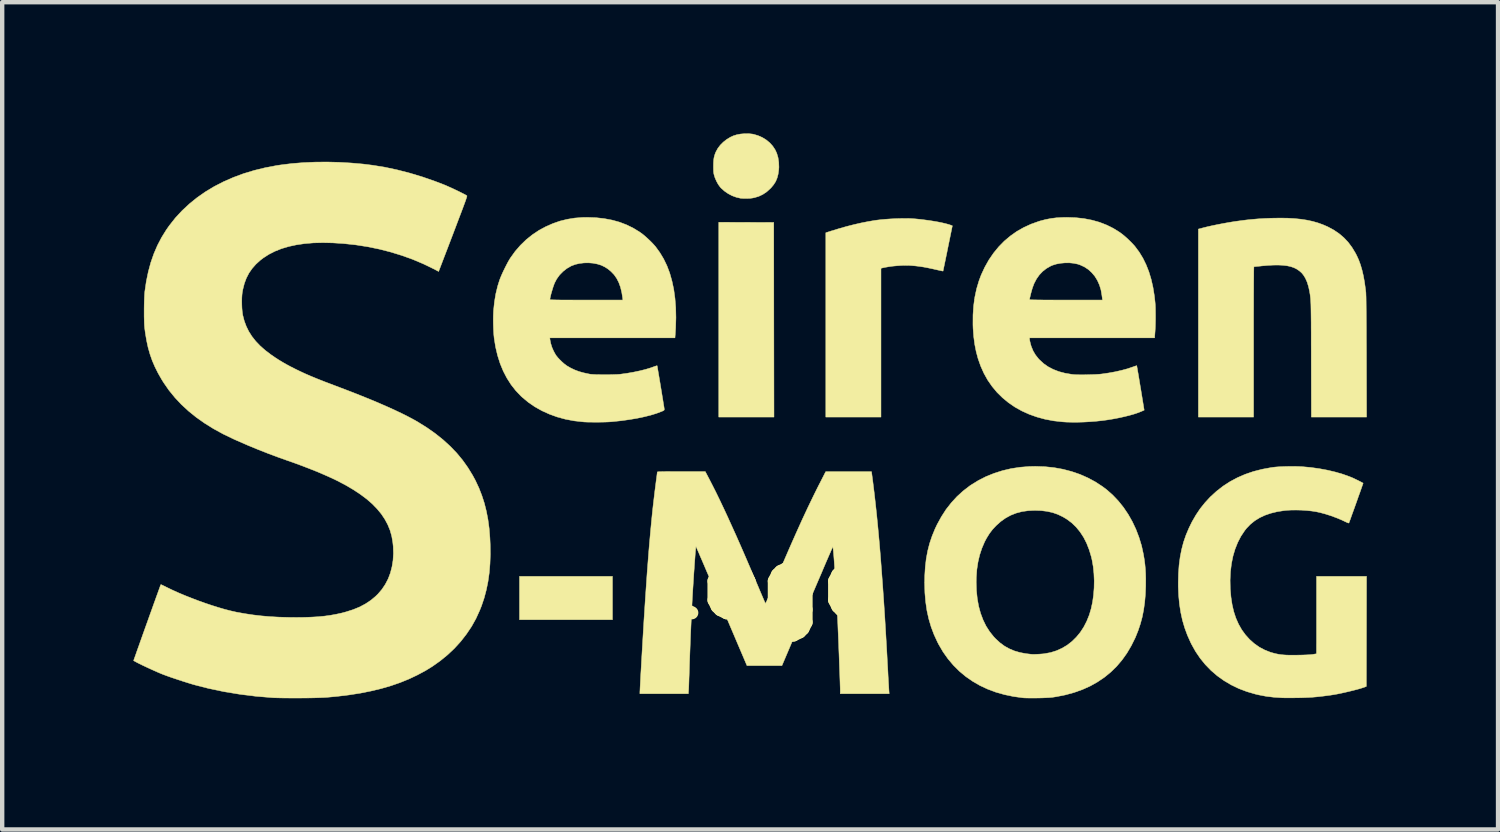
<source format=kicad_pcb>
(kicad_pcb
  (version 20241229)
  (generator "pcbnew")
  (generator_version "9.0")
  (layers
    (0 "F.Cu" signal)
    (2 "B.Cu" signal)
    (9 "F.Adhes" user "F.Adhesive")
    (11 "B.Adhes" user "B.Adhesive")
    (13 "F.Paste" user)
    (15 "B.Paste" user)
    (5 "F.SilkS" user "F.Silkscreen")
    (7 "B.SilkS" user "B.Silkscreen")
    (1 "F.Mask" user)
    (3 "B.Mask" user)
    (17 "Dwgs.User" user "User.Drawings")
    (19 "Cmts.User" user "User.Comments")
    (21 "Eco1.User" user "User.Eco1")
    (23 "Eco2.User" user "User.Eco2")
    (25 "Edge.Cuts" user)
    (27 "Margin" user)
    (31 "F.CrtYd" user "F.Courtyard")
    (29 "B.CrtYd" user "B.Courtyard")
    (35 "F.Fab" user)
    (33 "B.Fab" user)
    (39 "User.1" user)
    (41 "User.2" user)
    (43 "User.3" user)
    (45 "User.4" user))
  (footprint "logo"
    (layer "F.Cu")
    (at 14.651 10.269)
    (property "Reference" "logo" (at 0 0 0) (layer "F.SilkS") (effects (font (size 1.524 1.524) (thickness 0.3))))
    (attr through_hole)
    (fp_poly (pts (xy -3.7 0.847) (xy -5.825 0.847) (xy -5.825 -0.144) (xy -3.7 -0.144) (xy -3.7 0.847)) (stroke (width 0.01) (type solid)) (fill yes) (layer "F.SilkS"))
    (fp_poly (pts (xy -0.013 -8.234) (xy -0.011 -6.009) (xy -0.008 -3.785) (xy -1.27 -3.785) (xy -1.27 -8.238) (xy -0.013 -8.234)) (stroke (width 0.01) (type solid)) (fill yes) (layer "F.SilkS"))
    (fp_poly (pts (xy 3.091 -8.324) (xy 3.136 -8.322) (xy 3.233 -8.315) (xy 3.334 -8.305) (xy 3.438 -8.292) (xy 3.543 -8.278) (xy 3.645 -8.262) (xy 3.742 -8.245) (xy 3.831 -8.227) (xy 3.911 -8.208) (xy 3.979 -8.19) (xy 4.031 -8.173) (xy 4.07 -8.158) (xy 3.964 -7.641) (xy 3.946 -7.55) (xy 3.928 -7.464) (xy 3.912 -7.385) (xy 3.897 -7.313) (xy 3.884 -7.251) (xy 3.873 -7.199) (xy 3.865 -7.16) (xy 3.859 -7.133) (xy 3.857 -7.122) (xy 3.857 -7.122) (xy 3.848 -7.123) (xy 3.826 -7.127) (xy 3.794 -7.134) (xy 3.754 -7.143) (xy 3.744 -7.145) (xy 3.621 -7.173) (xy 3.512 -7.196) (xy 3.412 -7.215) (xy 3.318 -7.229) (xy 3.229 -7.24) (xy 3.139 -7.248) (xy 3.078 -7.252) (xy 2.997 -7.253) (xy 2.906 -7.251) (xy 2.808 -7.244) (xy 2.709 -7.235) (xy 2.615 -7.222) (xy 2.529 -7.207) (xy 2.496 -7.2) (xy 2.438 -7.186) (xy 2.438 -3.785) (xy 1.177 -3.785) (xy 1.177 -7.999) (xy 1.298 -8.038) (xy 1.473 -8.091) (xy 1.648 -8.141) (xy 1.82 -8.185) (xy 1.987 -8.223) (xy 2.144 -8.254) (xy 2.291 -8.279) (xy 2.331 -8.285) (xy 2.432 -8.297) (xy 2.542 -8.307) (xy 2.657 -8.315) (xy 2.774 -8.321) (xy 2.888 -8.324) (xy 2.994 -8.325) (xy 3.091 -8.324)) (stroke (width 0.01) (type solid)) (fill yes) (layer "F.SilkS"))
    (fp_poly (pts (xy -0.504 -10.255) (xy -0.476 -10.25) (xy -0.372 -10.219) (xy -0.274 -10.176) (xy -0.185 -10.121) (xy -0.105 -10.055) (xy -0.037 -9.98) (xy 0.018 -9.897) (xy 0.055 -9.818) (xy 0.085 -9.717) (xy 0.101 -9.609) (xy 0.105 -9.497) (xy 0.101 -9.437) (xy 0.087 -9.337) (xy 0.064 -9.25) (xy 0.031 -9.171) (xy -0.015 -9.098) (xy -0.073 -9.028) (xy -0.093 -9.008) (xy -0.176 -8.933) (xy -0.263 -8.875) (xy -0.355 -8.831) (xy -0.455 -8.801) (xy -0.495 -8.793) (xy -0.555 -8.785) (xy -0.623 -8.782) (xy -0.692 -8.782) (xy -0.755 -8.786) (xy -0.776 -8.788) (xy -0.87 -8.81) (xy -0.965 -8.845) (xy -1.056 -8.893) (xy -1.14 -8.951) (xy -1.213 -9.016) (xy -1.238 -9.043) (xy -1.283 -9.105) (xy -1.323 -9.178) (xy -1.357 -9.257) (xy -1.368 -9.292) (xy -1.377 -9.322) (xy -1.383 -9.347) (xy -1.387 -9.373) (xy -1.39 -9.403) (xy -1.391 -9.441) (xy -1.392 -9.49) (xy -1.392 -9.517) (xy -1.391 -9.592) (xy -1.387 -9.655) (xy -1.38 -9.709) (xy -1.368 -9.759) (xy -1.352 -9.808) (xy -1.335 -9.848) (xy -1.292 -9.927) (xy -1.234 -10.003) (xy -1.165 -10.072) (xy -1.086 -10.134) (xy -1.001 -10.185) (xy -0.94 -10.213) (xy -0.862 -10.238) (xy -0.774 -10.255) (xy -0.681 -10.263) (xy -0.589 -10.264) (xy -0.504 -10.255)) (stroke (width 0.01) (type solid)) (fill yes) (layer "F.SilkS"))
    (fp_poly (pts (xy 11.727 -8.332) (xy 11.887 -8.323) (xy 12.036 -8.308) (xy 12.174 -8.287) (xy 12.304 -8.259) (xy 12.427 -8.224) (xy 12.543 -8.182) (xy 12.649 -8.136) (xy 12.785 -8.063) (xy 12.908 -7.98) (xy 13.019 -7.886) (xy 13.118 -7.781) (xy 13.206 -7.663) (xy 13.285 -7.532) (xy 13.312 -7.48) (xy 13.359 -7.377) (xy 13.4 -7.265) (xy 13.435 -7.145) (xy 13.466 -7.013) (xy 13.492 -6.869) (xy 13.514 -6.71) (xy 13.523 -6.634) (xy 13.524 -6.613) (xy 13.525 -6.579) (xy 13.527 -6.532) (xy 13.528 -6.472) (xy 13.529 -6.397) (xy 13.53 -6.309) (xy 13.531 -6.206) (xy 13.532 -6.088) (xy 13.533 -5.955) (xy 13.534 -5.806) (xy 13.534 -5.642) (xy 13.535 -5.461) (xy 13.536 -5.264) (xy 13.536 -5.163) (xy 13.539 -3.785) (xy 12.277 -3.785) (xy 12.274 -5.103) (xy 12.274 -5.28) (xy 12.273 -5.44) (xy 12.273 -5.585) (xy 12.273 -5.716) (xy 12.272 -5.834) (xy 12.272 -5.939) (xy 12.271 -6.032) (xy 12.27 -6.115) (xy 12.269 -6.188) (xy 12.268 -6.252) (xy 12.267 -6.308) (xy 12.266 -6.357) (xy 12.264 -6.4) (xy 12.262 -6.437) (xy 12.26 -6.47) (xy 12.258 -6.499) (xy 12.255 -6.525) (xy 12.252 -6.55) (xy 12.249 -6.574) (xy 12.246 -6.598) (xy 12.241 -6.622) (xy 12.238 -6.646) (xy 12.213 -6.763) (xy 12.181 -6.867) (xy 12.141 -6.958) (xy 12.094 -7.034) (xy 12.05 -7.086) (xy 11.997 -7.131) (xy 11.939 -7.17) (xy 11.874 -7.202) (xy 11.801 -7.226) (xy 11.719 -7.244) (xy 11.627 -7.255) (xy 11.523 -7.26) (xy 11.406 -7.259) (xy 11.276 -7.252) (xy 11.131 -7.239) (xy 11.127 -7.238) (xy 11.077 -7.233) (xy 11.033 -7.229) (xy 10.998 -7.225) (xy 10.974 -7.223) (xy 10.964 -7.222) (xy 10.963 -7.214) (xy 10.962 -7.189) (xy 10.961 -7.148) (xy 10.96 -7.092) (xy 10.96 -7.02) (xy 10.959 -6.935) (xy 10.958 -6.835) (xy 10.958 -6.722) (xy 10.957 -6.595) (xy 10.957 -6.456) (xy 10.957 -6.305) (xy 10.956 -6.142) (xy 10.956 -5.969) (xy 10.956 -5.784) (xy 10.956 -5.59) (xy 10.956 -5.503) (xy 10.956 -3.785) (xy 9.694 -3.785) (xy 9.694 -8.083) (xy 9.794 -8.109) (xy 9.897 -8.135) (xy 10.014 -8.161) (xy 10.14 -8.187) (xy 10.271 -8.212) (xy 10.405 -8.236) (xy 10.536 -8.257) (xy 10.662 -8.274) (xy 10.668 -8.275) (xy 10.803 -8.292) (xy 10.932 -8.305) (xy 11.06 -8.316) (xy 11.193 -8.324) (xy 11.337 -8.33) (xy 11.365 -8.331) (xy 11.553 -8.334) (xy 11.727 -8.332)) (stroke (width 0.01) (type solid)) (fill yes) (layer "F.SilkS"))
    (fp_poly (pts (xy 6.182 -2.651) (xy 6.394 -2.629) (xy 6.599 -2.592) (xy 6.797 -2.54) (xy 6.987 -2.475) (xy 7.168 -2.395) (xy 7.341 -2.302) (xy 7.504 -2.195) (xy 7.603 -2.12) (xy 7.739 -1.999) (xy 7.866 -1.865) (xy 7.983 -1.719) (xy 8.089 -1.562) (xy 8.184 -1.394) (xy 8.267 -1.218) (xy 8.337 -1.034) (xy 8.395 -0.844) (xy 8.438 -0.647) (xy 8.458 -0.527) (xy 8.472 -0.418) (xy 8.482 -0.313) (xy 8.488 -0.206) (xy 8.491 -0.094) (xy 8.49 0.029) (xy 8.49 0.08) (xy 8.482 0.274) (xy 8.466 0.455) (xy 8.442 0.625) (xy 8.41 0.787) (xy 8.368 0.943) (xy 8.317 1.095) (xy 8.256 1.247) (xy 8.251 1.259) (xy 8.161 1.441) (xy 8.061 1.611) (xy 7.949 1.768) (xy 7.826 1.913) (xy 7.692 2.044) (xy 7.547 2.163) (xy 7.39 2.269) (xy 7.223 2.363) (xy 7.045 2.443) (xy 6.855 2.511) (xy 6.655 2.566) (xy 6.443 2.608) (xy 6.358 2.621) (xy 6.318 2.625) (xy 6.264 2.629) (xy 6.2 2.632) (xy 6.128 2.635) (xy 6.051 2.637) (xy 5.974 2.638) (xy 5.898 2.638) (xy 5.827 2.638) (xy 5.765 2.637) (xy 5.714 2.635) (xy 5.685 2.633) (xy 5.468 2.603) (xy 5.261 2.56) (xy 5.063 2.504) (xy 4.876 2.434) (xy 4.698 2.351) (xy 4.531 2.254) (xy 4.374 2.145) (xy 4.228 2.023) (xy 4.093 1.888) (xy 3.969 1.741) (xy 3.856 1.581) (xy 3.755 1.408) (xy 3.73 1.359) (xy 3.651 1.188) (xy 3.585 1.013) (xy 3.531 0.83) (xy 3.489 0.641) (xy 3.46 0.442) (xy 3.442 0.234) (xy 3.436 0.015) (xy 3.436 -0.007) (xy 4.615 -0.007) (xy 4.621 0.185) (xy 4.64 0.368) (xy 4.671 0.54) (xy 4.715 0.701) (xy 4.772 0.852) (xy 4.84 0.992) (xy 4.922 1.12) (xy 5.015 1.237) (xy 5.063 1.287) (xy 5.159 1.375) (xy 5.261 1.45) (xy 5.37 1.511) (xy 5.486 1.56) (xy 5.612 1.597) (xy 5.749 1.623) (xy 5.876 1.638) (xy 5.91 1.639) (xy 5.957 1.639) (xy 6.011 1.637) (xy 6.067 1.634) (xy 6.12 1.63) (xy 6.166 1.626) (xy 6.176 1.624) (xy 6.317 1.598) (xy 6.451 1.556) (xy 6.577 1.499) (xy 6.695 1.429) (xy 6.804 1.344) (xy 6.903 1.247) (xy 6.994 1.137) (xy 7.073 1.016) (xy 7.142 0.882) (xy 7.2 0.738) (xy 7.243 0.593) (xy 7.275 0.444) (xy 7.297 0.286) (xy 7.31 0.122) (xy 7.313 -0.043) (xy 7.306 -0.206) (xy 7.29 -0.365) (xy 7.264 -0.514) (xy 7.247 -0.588) (xy 7.198 -0.751) (xy 7.139 -0.901) (xy 7.07 -1.037) (xy 6.99 -1.159) (xy 6.9 -1.269) (xy 6.8 -1.366) (xy 6.689 -1.449) (xy 6.596 -1.505) (xy 6.481 -1.56) (xy 6.361 -1.602) (xy 6.233 -1.63) (xy 6.097 -1.647) (xy 5.956 -1.652) (xy 5.805 -1.645) (xy 5.663 -1.625) (xy 5.53 -1.59) (xy 5.405 -1.541) (xy 5.287 -1.477) (xy 5.176 -1.398) (xy 5.071 -1.304) (xy 5.067 -1.3) (xy 4.986 -1.213) (xy 4.917 -1.122) (xy 4.855 -1.022) (xy 4.809 -0.936) (xy 4.745 -0.787) (xy 4.694 -0.633) (xy 4.656 -0.471) (xy 4.63 -0.3) (xy 4.617 -0.119) (xy 4.615 -0.007) (xy 3.436 -0.007) (xy 3.439 -0.161) (xy 3.451 -0.36) (xy 3.473 -0.547) (xy 3.506 -0.725) (xy 3.55 -0.896) (xy 3.606 -1.063) (xy 3.674 -1.229) (xy 3.721 -1.328) (xy 3.819 -1.507) (xy 3.926 -1.673) (xy 4.045 -1.825) (xy 4.174 -1.966) (xy 4.315 -2.095) (xy 4.467 -2.212) (xy 4.5 -2.234) (xy 4.665 -2.336) (xy 4.84 -2.425) (xy 5.024 -2.499) (xy 5.215 -2.56) (xy 5.414 -2.607) (xy 5.618 -2.638) (xy 5.828 -2.655) (xy 5.964 -2.658) (xy 6.182 -2.651)) (stroke (width 0.01) (type solid)) (fill yes) (layer "F.SilkS"))
    (fp_poly (pts (xy 6.889 -8.343) (xy 7.08 -8.322) (xy 7.26 -8.287) (xy 7.432 -8.239) (xy 7.594 -8.176) (xy 7.748 -8.1) (xy 7.893 -8.01) (xy 7.946 -7.971) (xy 7.99 -7.936) (xy 8.042 -7.891) (xy 8.096 -7.841) (xy 8.15 -7.788) (xy 8.198 -7.738) (xy 8.239 -7.693) (xy 8.246 -7.684) (xy 8.342 -7.555) (xy 8.426 -7.417) (xy 8.499 -7.268) (xy 8.562 -7.108) (xy 8.614 -6.936) (xy 8.656 -6.753) (xy 8.688 -6.556) (xy 8.704 -6.409) (xy 8.709 -6.351) (xy 8.712 -6.28) (xy 8.713 -6.199) (xy 8.714 -6.112) (xy 8.714 -6.023) (xy 8.712 -5.934) (xy 8.71 -5.851) (xy 8.706 -5.775) (xy 8.704 -5.743) (xy 8.693 -5.596) (xy 5.834 -5.596) (xy 5.834 -5.577) (xy 5.836 -5.552) (xy 5.843 -5.515) (xy 5.853 -5.472) (xy 5.865 -5.428) (xy 5.876 -5.393) (xy 5.917 -5.295) (xy 5.971 -5.204) (xy 6.039 -5.118) (xy 6.062 -5.094) (xy 6.154 -5.009) (xy 6.258 -4.936) (xy 6.375 -4.875) (xy 6.504 -4.825) (xy 6.644 -4.788) (xy 6.796 -4.762) (xy 6.836 -4.757) (xy 6.879 -4.754) (xy 6.935 -4.752) (xy 7.002 -4.751) (xy 7.076 -4.751) (xy 7.154 -4.753) (xy 7.232 -4.755) (xy 7.308 -4.757) (xy 7.378 -4.761) (xy 7.438 -4.765) (xy 7.485 -4.77) (xy 7.644 -4.793) (xy 7.798 -4.821) (xy 7.942 -4.854) (xy 8.075 -4.89) (xy 8.193 -4.93) (xy 8.202 -4.933) (xy 8.236 -4.945) (xy 8.263 -4.954) (xy 8.28 -4.959) (xy 8.285 -4.96) (xy 8.287 -4.951) (xy 8.291 -4.927) (xy 8.298 -4.89) (xy 8.306 -4.84) (xy 8.317 -4.779) (xy 8.329 -4.708) (xy 8.342 -4.63) (xy 8.356 -4.544) (xy 8.371 -4.454) (xy 8.372 -4.45) (xy 8.455 -3.943) (xy 8.403 -3.92) (xy 8.322 -3.887) (xy 8.227 -3.855) (xy 8.119 -3.824) (xy 8.002 -3.795) (xy 7.876 -3.767) (xy 7.745 -3.742) (xy 7.611 -3.72) (xy 7.493 -3.704) (xy 7.359 -3.69) (xy 7.219 -3.679) (xy 7.077 -3.671) (xy 6.937 -3.667) (xy 6.802 -3.667) (xy 6.677 -3.67) (xy 6.587 -3.676) (xy 6.383 -3.699) (xy 6.188 -3.736) (xy 6.001 -3.787) (xy 5.824 -3.85) (xy 5.656 -3.926) (xy 5.499 -4.014) (xy 5.352 -4.115) (xy 5.216 -4.227) (xy 5.091 -4.35) (xy 4.979 -4.485) (xy 4.878 -4.63) (xy 4.791 -4.786) (xy 4.717 -4.952) (xy 4.712 -4.966) (xy 4.657 -5.122) (xy 4.614 -5.282) (xy 4.581 -5.449) (xy 4.558 -5.624) (xy 4.544 -5.81) (xy 4.541 -5.897) (xy 4.542 -6.118) (xy 4.556 -6.328) (xy 4.575 -6.469) (xy 5.834 -6.469) (xy 5.84 -6.467) (xy 5.86 -6.466) (xy 5.894 -6.465) (xy 5.941 -6.464) (xy 6.003 -6.463) (xy 6.08 -6.462) (xy 6.172 -6.461) (xy 6.28 -6.461) (xy 6.404 -6.46) (xy 6.544 -6.46) (xy 6.668 -6.46) (xy 7.503 -6.46) (xy 7.498 -6.492) (xy 7.495 -6.519) (xy 7.49 -6.553) (xy 7.488 -6.57) (xy 7.467 -6.692) (xy 7.432 -6.805) (xy 7.385 -6.91) (xy 7.327 -7.004) (xy 7.257 -7.087) (xy 7.178 -7.159) (xy 7.089 -7.218) (xy 6.991 -7.263) (xy 6.934 -7.282) (xy 6.843 -7.301) (xy 6.744 -7.311) (xy 6.643 -7.31) (xy 6.542 -7.301) (xy 6.447 -7.283) (xy 6.36 -7.256) (xy 6.32 -7.239) (xy 6.221 -7.183) (xy 6.134 -7.115) (xy 6.058 -7.035) (xy 5.993 -6.943) (xy 5.938 -6.838) (xy 5.901 -6.739) (xy 5.891 -6.706) (xy 5.879 -6.664) (xy 5.867 -6.62) (xy 5.856 -6.575) (xy 5.846 -6.533) (xy 5.838 -6.499) (xy 5.834 -6.476) (xy 5.834 -6.469) (xy 4.575 -6.469) (xy 4.584 -6.529) (xy 4.625 -6.721) (xy 4.68 -6.904) (xy 4.728 -7.032) (xy 4.811 -7.211) (xy 4.905 -7.378) (xy 5.011 -7.533) (xy 5.128 -7.676) (xy 5.256 -7.807) (xy 5.395 -7.924) (xy 5.543 -8.029) (xy 5.702 -8.119) (xy 5.87 -8.196) (xy 6.047 -8.259) (xy 6.076 -8.268) (xy 6.202 -8.301) (xy 6.327 -8.325) (xy 6.455 -8.341) (xy 6.591 -8.348) (xy 6.689 -8.35) (xy 6.889 -8.343)) (stroke (width 0.01) (type solid)) (fill yes) (layer "F.SilkS"))
    (fp_poly (pts (xy 11.948 -2.656) (xy 12.024 -2.653) (xy 12.065 -2.651) (xy 12.262 -2.633) (xy 12.456 -2.606) (xy 12.645 -2.571) (xy 12.826 -2.528) (xy 12.997 -2.478) (xy 13.156 -2.421) (xy 13.195 -2.405) (xy 13.224 -2.393) (xy 13.26 -2.376) (xy 13.301 -2.356) (xy 13.343 -2.336) (xy 13.382 -2.316) (xy 13.417 -2.298) (xy 13.443 -2.284) (xy 13.458 -2.275) (xy 13.46 -2.274) (xy 13.458 -2.266) (xy 13.45 -2.244) (xy 13.438 -2.209) (xy 13.422 -2.163) (xy 13.403 -2.109) (xy 13.381 -2.047) (xy 13.356 -1.979) (xy 13.331 -1.907) (xy 13.305 -1.833) (xy 13.278 -1.758) (xy 13.252 -1.685) (xy 13.226 -1.614) (xy 13.202 -1.548) (xy 13.181 -1.488) (xy 13.162 -1.435) (xy 13.146 -1.393) (xy 13.136 -1.365) (xy 13.129 -1.362) (xy 13.111 -1.367) (xy 13.081 -1.38) (xy 13.066 -1.387) (xy 12.958 -1.438) (xy 12.84 -1.486) (xy 12.717 -1.531) (xy 12.594 -1.57) (xy 12.476 -1.602) (xy 12.387 -1.621) (xy 12.285 -1.637) (xy 12.172 -1.649) (xy 12.053 -1.657) (xy 11.933 -1.66) (xy 11.816 -1.659) (xy 11.708 -1.653) (xy 11.654 -1.647) (xy 11.495 -1.622) (xy 11.348 -1.586) (xy 11.214 -1.54) (xy 11.092 -1.483) (xy 10.982 -1.414) (xy 10.883 -1.334) (xy 10.795 -1.243) (xy 10.754 -1.191) (xy 10.667 -1.061) (xy 10.594 -0.92) (xy 10.533 -0.768) (xy 10.485 -0.606) (xy 10.45 -0.433) (xy 10.428 -0.25) (xy 10.419 -0.057) (xy 10.423 0.143) (xy 10.439 0.328) (xy 10.465 0.5) (xy 10.502 0.661) (xy 10.551 0.81) (xy 10.612 0.948) (xy 10.684 1.075) (xy 10.768 1.191) (xy 10.863 1.297) (xy 10.97 1.392) (xy 11.086 1.474) (xy 11.21 1.54) (xy 11.342 1.592) (xy 11.428 1.616) (xy 11.483 1.629) (xy 11.535 1.639) (xy 11.589 1.647) (xy 11.646 1.652) (xy 11.709 1.656) (xy 11.781 1.658) (xy 11.865 1.658) (xy 11.962 1.657) (xy 11.975 1.657) (xy 12.071 1.655) (xy 12.152 1.652) (xy 12.217 1.649) (xy 12.268 1.645) (xy 12.307 1.641) (xy 12.319 1.639) (xy 12.352 1.633) (xy 12.377 1.629) (xy 12.391 1.626) (xy 12.393 1.626) (xy 12.393 1.617) (xy 12.394 1.593) (xy 12.394 1.554) (xy 12.394 1.502) (xy 12.394 1.437) (xy 12.395 1.361) (xy 12.395 1.274) (xy 12.395 1.178) (xy 12.395 1.075) (xy 12.395 0.964) (xy 12.395 0.847) (xy 12.395 0.741) (xy 12.395 -0.144) (xy 13.538 -0.144) (xy 13.536 1.114) (xy 13.534 2.372) (xy 13.492 2.389) (xy 13.444 2.405) (xy 13.383 2.424) (xy 13.31 2.444) (xy 13.229 2.465) (xy 13.143 2.486) (xy 13.053 2.507) (xy 12.963 2.527) (xy 12.876 2.545) (xy 12.793 2.56) (xy 12.78 2.562) (xy 12.717 2.572) (xy 12.641 2.582) (xy 12.558 2.593) (xy 12.471 2.603) (xy 12.386 2.612) (xy 12.306 2.619) (xy 12.277 2.621) (xy 12.223 2.624) (xy 12.156 2.627) (xy 12.079 2.63) (xy 11.996 2.632) (xy 11.91 2.633) (xy 11.826 2.634) (xy 11.746 2.634) (xy 11.674 2.634) (xy 11.615 2.632) (xy 11.608 2.632) (xy 11.422 2.62) (xy 11.246 2.599) (xy 11.074 2.566) (xy 10.997 2.548) (xy 10.802 2.491) (xy 10.617 2.421) (xy 10.443 2.337) (xy 10.279 2.24) (xy 10.126 2.131) (xy 9.984 2.009) (xy 9.854 1.875) (xy 9.735 1.729) (xy 9.628 1.571) (xy 9.534 1.402) (xy 9.517 1.367) (xy 9.443 1.202) (xy 9.381 1.033) (xy 9.33 0.86) (xy 9.291 0.681) (xy 9.262 0.494) (xy 9.243 0.297) (xy 9.234 0.088) (xy 9.234 -0.004) (xy 9.239 -0.209) (xy 9.253 -0.402) (xy 9.277 -0.584) (xy 9.311 -0.758) (xy 9.355 -0.926) (xy 9.411 -1.088) (xy 9.479 -1.249) (xy 9.547 -1.388) (xy 9.638 -1.546) (xy 9.736 -1.692) (xy 9.846 -1.829) (xy 9.964 -1.957) (xy 10.107 -2.088) (xy 10.257 -2.205) (xy 10.417 -2.309) (xy 10.585 -2.399) (xy 10.764 -2.477) (xy 10.952 -2.541) (xy 11.151 -2.592) (xy 11.362 -2.631) (xy 11.405 -2.637) (xy 11.46 -2.643) (xy 11.528 -2.648) (xy 11.606 -2.652) (xy 11.691 -2.655) (xy 11.778 -2.657) (xy 11.865 -2.657) (xy 11.948 -2.656)) (stroke (width 0.01) (type solid)) (fill yes) (layer "F.SilkS"))
    (fp_poly (pts (xy -4.08 -8.343) (xy -3.89 -8.322) (xy -3.709 -8.288) (xy -3.539 -8.241) (xy -3.377 -8.179) (xy -3.224 -8.104) (xy -3.079 -8.015) (xy -3.015 -7.969) (xy -2.972 -7.934) (xy -2.922 -7.89) (xy -2.869 -7.841) (xy -2.816 -7.79) (xy -2.768 -7.74) (xy -2.729 -7.696) (xy -2.718 -7.684) (xy -2.619 -7.548) (xy -2.531 -7.402) (xy -2.455 -7.245) (xy -2.391 -7.076) (xy -2.34 -6.895) (xy -2.299 -6.704) (xy -2.271 -6.5) (xy -2.254 -6.285) (xy -2.249 -6.057) (xy -2.256 -5.818) (xy -2.265 -5.675) (xy -2.271 -5.596) (xy -5.133 -5.596) (xy -5.127 -5.549) (xy -5.111 -5.468) (xy -5.084 -5.381) (xy -5.047 -5.296) (xy -5.005 -5.219) (xy -4.984 -5.187) (xy -4.95 -5.145) (xy -4.907 -5.099) (xy -4.858 -5.051) (xy -4.809 -5.007) (xy -4.762 -4.971) (xy -4.744 -4.958) (xy -4.656 -4.907) (xy -4.566 -4.864) (xy -4.468 -4.827) (xy -4.361 -4.797) (xy -4.241 -4.771) (xy -4.208 -4.765) (xy -4.178 -4.762) (xy -4.133 -4.759) (xy -4.078 -4.756) (xy -4.013 -4.755) (xy -3.942 -4.754) (xy -3.869 -4.754) (xy -3.794 -4.754) (xy -3.722 -4.755) (xy -3.655 -4.757) (xy -3.596 -4.759) (xy -3.547 -4.762) (xy -3.518 -4.765) (xy -3.364 -4.786) (xy -3.216 -4.812) (xy -3.074 -4.842) (xy -2.942 -4.875) (xy -2.823 -4.911) (xy -2.762 -4.933) (xy -2.729 -4.945) (xy -2.701 -4.954) (xy -2.684 -4.959) (xy -2.68 -4.96) (xy -2.678 -4.951) (xy -2.673 -4.927) (xy -2.667 -4.89) (xy -2.659 -4.842) (xy -2.649 -4.784) (xy -2.638 -4.718) (xy -2.626 -4.647) (xy -2.613 -4.571) (xy -2.6 -4.492) (xy -2.587 -4.413) (xy -2.574 -4.334) (xy -2.562 -4.259) (xy -2.55 -4.188) (xy -2.54 -4.124) (xy -2.531 -4.067) (xy -2.523 -4.021) (xy -2.518 -3.986) (xy -2.515 -3.965) (xy -2.515 -3.96) (xy -2.517 -3.948) (xy -2.526 -3.938) (xy -2.545 -3.927) (xy -2.576 -3.914) (xy -2.694 -3.869) (xy -2.828 -3.828) (xy -2.977 -3.791) (xy -3.138 -3.757) (xy -3.31 -3.728) (xy -3.494 -3.702) (xy -3.686 -3.682) (xy -3.725 -3.678) (xy -3.786 -3.674) (xy -3.859 -3.671) (xy -3.94 -3.669) (xy -4.027 -3.668) (xy -4.114 -3.668) (xy -4.199 -3.669) (xy -4.277 -3.67) (xy -4.344 -3.673) (xy -4.377 -3.676) (xy -4.58 -3.699) (xy -4.775 -3.736) (xy -4.963 -3.787) (xy -5.142 -3.852) (xy -5.312 -3.929) (xy -5.473 -4.019) (xy -5.622 -4.121) (xy -5.76 -4.236) (xy -5.791 -4.264) (xy -5.911 -4.39) (xy -6.019 -4.528) (xy -6.114 -4.677) (xy -6.197 -4.837) (xy -6.268 -5.009) (xy -6.326 -5.192) (xy -6.372 -5.386) (xy -6.405 -5.592) (xy -6.405 -5.596) (xy -6.412 -5.662) (xy -6.417 -5.739) (xy -6.421 -5.826) (xy -6.424 -5.916) (xy -6.425 -6.007) (xy -6.424 -6.093) (xy -6.421 -6.17) (xy -6.419 -6.215) (xy -6.398 -6.414) (xy -6.389 -6.471) (xy -5.131 -6.471) (xy -5.128 -6.469) (xy -5.118 -6.467) (xy -5.1 -6.466) (xy -5.074 -6.465) (xy -5.039 -6.464) (xy -4.993 -6.463) (xy -4.937 -6.462) (xy -4.869 -6.461) (xy -4.788 -6.461) (xy -4.694 -6.461) (xy -4.585 -6.46) (xy -4.462 -6.46) (xy -4.322 -6.46) (xy -4.297 -6.46) (xy -3.462 -6.46) (xy -3.467 -6.505) (xy -3.488 -6.637) (xy -3.517 -6.756) (xy -3.556 -6.862) (xy -3.604 -6.956) (xy -3.663 -7.04) (xy -3.733 -7.113) (xy -3.815 -7.179) (xy -3.876 -7.217) (xy -3.956 -7.256) (xy -4.047 -7.284) (xy -4.145 -7.303) (xy -4.248 -7.311) (xy -4.351 -7.309) (xy -4.453 -7.297) (xy -4.549 -7.275) (xy -4.637 -7.242) (xy -4.644 -7.239) (xy -4.742 -7.183) (xy -4.831 -7.113) (xy -4.91 -7.032) (xy -4.976 -6.94) (xy -5.021 -6.854) (xy -5.035 -6.819) (xy -5.051 -6.775) (xy -5.068 -6.723) (xy -5.084 -6.668) (xy -5.1 -6.614) (xy -5.113 -6.563) (xy -5.123 -6.519) (xy -5.129 -6.485) (xy -5.131 -6.471) (xy -6.389 -6.471) (xy -6.367 -6.602) (xy -6.324 -6.779) (xy -6.282 -6.913) (xy -6.26 -6.971) (xy -6.231 -7.039) (xy -6.197 -7.114) (xy -6.16 -7.19) (xy -6.122 -7.265) (xy -6.085 -7.335) (xy -6.05 -7.395) (xy -6.031 -7.425) (xy -5.923 -7.575) (xy -5.803 -7.713) (xy -5.672 -7.84) (xy -5.531 -7.953) (xy -5.382 -8.053) (xy -5.228 -8.136) (xy -5.065 -8.208) (xy -4.902 -8.265) (xy -4.736 -8.306) (xy -4.566 -8.334) (xy -4.388 -8.348) (xy -4.28 -8.35) (xy -4.08 -8.343)) (stroke (width 0.01) (type solid)) (fill yes) (layer "F.SilkS"))
    (fp_poly (pts (xy -1.489 -2.369) (xy -1.414 -2.223) (xy -1.334 -2.065) (xy -1.251 -1.894) (xy -1.163 -1.709) (xy -1.071 -1.512) (xy -0.975 -1.3) (xy -0.873 -1.075) (xy -0.767 -0.835) (xy -0.656 -0.58) (xy -0.54 -0.31) (xy -0.418 -0.025) (xy -0.322 0.203) (xy -0.295 0.266) (xy -0.27 0.325) (xy -0.248 0.376) (xy -0.23 0.419) (xy -0.215 0.451) (xy -0.206 0.471) (xy -0.203 0.477) (xy -0.199 0.471) (xy -0.189 0.451) (xy -0.173 0.419) (xy -0.154 0.377) (xy -0.132 0.326) (xy -0.107 0.269) (xy -0.089 0.227) (xy 0.011 -0.008) (xy 0.105 -0.229) (xy 0.193 -0.435) (xy 0.277 -0.629) (xy 0.356 -0.811) (xy 0.432 -0.983) (xy 0.504 -1.145) (xy 0.573 -1.298) (xy 0.639 -1.444) (xy 0.704 -1.583) (xy 0.766 -1.716) (xy 0.828 -1.845) (xy 0.889 -1.971) (xy 0.949 -2.093) (xy 1.01 -2.215) (xy 1.049 -2.29) (xy 1.174 -2.536) (xy 2.222 -2.536) (xy 2.254 -2.294) (xy 2.283 -2.059) (xy 2.312 -1.806) (xy 2.341 -1.537) (xy 2.369 -1.251) (xy 2.397 -0.948) (xy 2.424 -0.628) (xy 2.45 -0.292) (xy 2.476 0.061) (xy 2.502 0.431) (xy 2.527 0.817) (xy 2.551 1.22) (xy 2.575 1.64) (xy 2.586 1.854) (xy 2.592 1.952) (xy 2.597 2.046) (xy 2.601 2.134) (xy 2.606 2.217) (xy 2.61 2.29) (xy 2.614 2.354) (xy 2.617 2.407) (xy 2.619 2.446) (xy 2.621 2.47) (xy 2.621 2.474) (xy 2.626 2.54) (xy 1.507 2.54) (xy 1.507 2.474) (xy 1.507 2.444) (xy 1.506 2.399) (xy 1.504 2.339) (xy 1.502 2.267) (xy 1.499 2.183) (xy 1.496 2.09) (xy 1.492 1.989) (xy 1.488 1.882) (xy 1.484 1.768) (xy 1.48 1.652) (xy 1.475 1.532) (xy 1.471 1.412) (xy 1.466 1.293) (xy 1.461 1.175) (xy 1.456 1.061) (xy 1.452 0.952) (xy 1.447 0.85) (xy 1.443 0.755) (xy 1.439 0.67) (xy 1.436 0.595) (xy 1.435 0.576) (xy 1.43 0.485) (xy 1.425 0.388) (xy 1.419 0.287) (xy 1.413 0.183) (xy 1.406 0.078) (xy 1.4 -0.028) (xy 1.393 -0.132) (xy 1.386 -0.234) (xy 1.379 -0.332) (xy 1.373 -0.425) (xy 1.367 -0.512) (xy 1.361 -0.59) (xy 1.355 -0.66) (xy 1.35 -0.718) (xy 1.346 -0.765) (xy 1.342 -0.799) (xy 1.34 -0.817) (xy 1.338 -0.821) (xy 1.334 -0.813) (xy 1.324 -0.79) (xy 1.306 -0.752) (xy 1.283 -0.698) (xy 1.253 -0.63) (xy 1.217 -0.547) (xy 1.175 -0.45) (xy 1.127 -0.338) (xy 1.074 -0.212) (xy 1.014 -0.073) (xy 0.948 0.081) (xy 0.877 0.247) (xy 0.8 0.427) (xy 0.717 0.621) (xy 0.629 0.827) (xy 0.536 1.046) (xy 0.456 1.234) (xy 0.174 1.897) (xy -0.625 1.897) (xy -0.868 1.327) (xy -0.967 1.094) (xy -1.06 0.876) (xy -1.147 0.674) (xy -1.227 0.485) (xy -1.302 0.311) (xy -1.37 0.151) (xy -1.433 0.004) (xy -1.49 -0.129) (xy -1.542 -0.25) (xy -1.588 -0.358) (xy -1.629 -0.454) (xy -1.665 -0.538) (xy -1.697 -0.611) (xy -1.723 -0.673) (xy -1.745 -0.723) (xy -1.763 -0.764) (xy -1.776 -0.794) (xy -1.785 -0.814) (xy -1.79 -0.825) (xy -1.791 -0.828) (xy -1.793 -0.818) (xy -1.796 -0.793) (xy -1.799 -0.755) (xy -1.804 -0.704) (xy -1.809 -0.642) (xy -1.814 -0.57) (xy -1.82 -0.491) (xy -1.826 -0.406) (xy -1.832 -0.315) (xy -1.839 -0.222) (xy -1.845 -0.126) (xy -1.851 -0.031) (xy -1.857 0.064) (xy -1.863 0.156) (xy -1.868 0.243) (xy -1.873 0.325) (xy -1.875 0.356) (xy -1.882 0.493) (xy -1.89 0.645) (xy -1.897 0.809) (xy -1.905 0.982) (xy -1.913 1.16) (xy -1.92 1.342) (xy -1.927 1.525) (xy -1.934 1.707) (xy -1.94 1.883) (xy -1.945 2.053) (xy -1.947 2.117) (xy -1.95 2.189) (xy -1.952 2.259) (xy -1.954 2.324) (xy -1.956 2.381) (xy -1.958 2.428) (xy -1.96 2.462) (xy -1.961 2.479) (xy -1.966 2.54) (xy -3.073 2.54) (xy -3.073 2.516) (xy -3.073 2.498) (xy -3.071 2.463) (xy -3.069 2.415) (xy -3.066 2.354) (xy -3.062 2.281) (xy -3.058 2.197) (xy -3.053 2.104) (xy -3.047 2.004) (xy -3.041 1.897) (xy -3.035 1.784) (xy -3.028 1.668) (xy -3.021 1.549) (xy -3.014 1.429) (xy -3.007 1.309) (xy -3 1.19) (xy -2.993 1.073) (xy -2.986 0.961) (xy -2.98 0.853) (xy -2.973 0.752) (xy -2.967 0.658) (xy -2.963 0.593) (xy -2.944 0.302) (xy -2.925 0.027) (xy -2.907 -0.233) (xy -2.888 -0.479) (xy -2.87 -0.713) (xy -2.851 -0.935) (xy -2.832 -1.147) (xy -2.813 -1.349) (xy -2.794 -1.543) (xy -2.774 -1.73) (xy -2.753 -1.91) (xy -2.732 -2.086) (xy -2.71 -2.257) (xy -2.709 -2.265) (xy -2.701 -2.328) (xy -2.693 -2.387) (xy -2.686 -2.439) (xy -2.681 -2.48) (xy -2.677 -2.511) (xy -2.676 -2.527) (xy -2.675 -2.529) (xy -2.673 -2.531) (xy -2.663 -2.533) (xy -2.646 -2.535) (xy -2.621 -2.536) (xy -2.586 -2.537) (xy -2.54 -2.538) (xy -2.483 -2.539) (xy -2.413 -2.539) (xy -2.329 -2.54) (xy -2.23 -2.54) (xy -2.127 -2.54) (xy -1.579 -2.54) (xy -1.489 -2.369)) (stroke (width 0.01) (type solid)) (fill yes) (layer "F.SilkS"))
    (fp_poly (pts (xy -9.953 -9.609) (xy -9.675 -9.593) (xy -9.401 -9.569) (xy -9.178 -9.541) (xy -8.902 -9.496) (xy -8.62 -9.436) (xy -8.333 -9.362) (xy -8.044 -9.275) (xy -7.754 -9.174) (xy -7.561 -9.1) (xy -7.516 -9.082) (xy -7.465 -9.059) (xy -7.408 -9.034) (xy -7.348 -9.007) (xy -7.288 -8.978) (xy -7.229 -8.95) (xy -7.174 -8.923) (xy -7.125 -8.898) (xy -7.083 -8.877) (xy -7.051 -8.859) (xy -7.032 -8.847) (xy -7.027 -8.843) (xy -7.027 -8.839) (xy -7.028 -8.829) (xy -7.033 -8.812) (xy -7.04 -8.789) (xy -7.05 -8.758) (xy -7.064 -8.718) (xy -7.082 -8.669) (xy -7.104 -8.61) (xy -7.13 -8.539) (xy -7.161 -8.457) (xy -7.197 -8.363) (xy -7.238 -8.255) (xy -7.284 -8.133) (xy -7.336 -7.996) (xy -7.345 -7.972) (xy -7.674 -7.113) (xy -7.801 -7.179) (xy -8.028 -7.289) (xy -8.267 -7.39) (xy -8.515 -7.479) (xy -8.772 -7.558) (xy -9.034 -7.625) (xy -9.299 -7.679) (xy -9.566 -7.721) (xy -9.601 -7.725) (xy -9.854 -7.752) (xy -10.094 -7.767) (xy -10.321 -7.772) (xy -10.535 -7.767) (xy -10.737 -7.75) (xy -10.926 -7.722) (xy -11.102 -7.684) (xy -11.266 -7.635) (xy -11.417 -7.575) (xy -11.556 -7.504) (xy -11.683 -7.422) (xy -11.752 -7.369) (xy -11.852 -7.278) (xy -11.938 -7.18) (xy -12.01 -7.076) (xy -12.069 -6.962) (xy -12.115 -6.839) (xy -12.149 -6.705) (xy -12.163 -6.629) (xy -12.169 -6.574) (xy -12.173 -6.506) (xy -12.174 -6.431) (xy -12.173 -6.352) (xy -12.17 -6.275) (xy -12.164 -6.203) (xy -12.156 -6.142) (xy -12.151 -6.113) (xy -12.117 -5.982) (xy -12.071 -5.859) (xy -12.013 -5.741) (xy -11.942 -5.629) (xy -11.856 -5.52) (xy -11.757 -5.416) (xy -11.642 -5.314) (xy -11.511 -5.214) (xy -11.411 -5.145) (xy -11.326 -5.09) (xy -11.243 -5.04) (xy -11.158 -4.991) (xy -11.067 -4.942) (xy -10.966 -4.891) (xy -10.918 -4.867) (xy -10.852 -4.835) (xy -10.788 -4.805) (xy -10.725 -4.776) (xy -10.661 -4.748) (xy -10.594 -4.719) (xy -10.523 -4.69) (xy -10.446 -4.658) (xy -10.362 -4.625) (xy -10.268 -4.588) (xy -10.162 -4.548) (xy -10.044 -4.503) (xy -9.936 -4.462) (xy -9.692 -4.369) (xy -9.461 -4.278) (xy -9.243 -4.19) (xy -9.038 -4.104) (xy -8.848 -4.021) (xy -8.672 -3.941) (xy -8.51 -3.864) (xy -8.365 -3.791) (xy -8.234 -3.721) (xy -8.145 -3.67) (xy -7.937 -3.54) (xy -7.746 -3.405) (xy -7.57 -3.264) (xy -7.408 -3.116) (xy -7.26 -2.962) (xy -7.126 -2.8) (xy -7.005 -2.63) (xy -6.896 -2.452) (xy -6.832 -2.333) (xy -6.753 -2.164) (xy -6.686 -1.992) (xy -6.629 -1.816) (xy -6.583 -1.633) (xy -6.546 -1.442) (xy -6.519 -1.241) (xy -6.502 -1.028) (xy -6.495 -0.878) (xy -6.492 -0.648) (xy -6.5 -0.43) (xy -6.517 -0.223) (xy -6.545 -0.025) (xy -6.584 0.166) (xy -6.633 0.351) (xy -6.694 0.532) (xy -6.734 0.632) (xy -6.82 0.821) (xy -6.922 1.004) (xy -7.039 1.178) (xy -7.169 1.345) (xy -7.313 1.503) (xy -7.47 1.651) (xy -7.639 1.789) (xy -7.82 1.917) (xy -7.976 2.013) (xy -8.161 2.112) (xy -8.353 2.203) (xy -8.555 2.285) (xy -8.766 2.358) (xy -8.987 2.422) (xy -9.22 2.478) (xy -9.465 2.527) (xy -9.722 2.567) (xy -9.994 2.6) (xy -10.219 2.621) (xy -10.277 2.625) (xy -10.35 2.628) (xy -10.435 2.631) (xy -10.529 2.634) (xy -10.631 2.636) (xy -10.738 2.637) (xy -10.847 2.638) (xy -10.957 2.638) (xy -11.064 2.638) (xy -11.167 2.637) (xy -11.263 2.636) (xy -11.349 2.634) (xy -11.424 2.632) (xy -11.477 2.629) (xy -11.85 2.598) (xy -12.219 2.552) (xy -12.582 2.492) (xy -12.939 2.417) (xy -13.225 2.344) (xy -13.287 2.327) (xy -13.36 2.305) (xy -13.44 2.28) (xy -13.526 2.253) (xy -13.614 2.224) (xy -13.701 2.195) (xy -13.784 2.167) (xy -13.861 2.14) (xy -13.927 2.116) (xy -13.98 2.096) (xy -13.987 2.093) (xy -14.044 2.07) (xy -14.107 2.043) (xy -14.174 2.013) (xy -14.243 1.982) (xy -14.313 1.95) (xy -14.381 1.918) (xy -14.445 1.888) (xy -14.504 1.859) (xy -14.556 1.833) (xy -14.597 1.811) (xy -14.628 1.794) (xy -14.645 1.783) (xy -14.646 1.782) (xy -14.644 1.774) (xy -14.636 1.751) (xy -14.623 1.715) (xy -14.606 1.667) (xy -14.585 1.607) (xy -14.561 1.538) (xy -14.533 1.461) (xy -14.503 1.376) (xy -14.471 1.286) (xy -14.437 1.19) (xy -14.402 1.092) (xy -14.366 0.991) (xy -14.329 0.889) (xy -14.293 0.787) (xy -14.257 0.687) (xy -14.222 0.59) (xy -14.189 0.497) (xy -14.157 0.409) (xy -14.128 0.327) (xy -14.101 0.254) (xy -14.078 0.189) (xy -14.058 0.135) (xy -14.043 0.092) (xy -14.032 0.062) (xy -14.025 0.046) (xy -14.024 0.044) (xy -14.016 0.046) (xy -13.996 0.055) (xy -13.965 0.07) (xy -13.927 0.088) (xy -13.896 0.104) (xy -13.768 0.166) (xy -13.629 0.229) (xy -13.482 0.291) (xy -13.329 0.352) (xy -13.172 0.412) (xy -13.015 0.468) (xy -12.86 0.52) (xy -12.708 0.568) (xy -12.564 0.61) (xy -12.428 0.645) (xy -12.304 0.673) (xy -12.285 0.677) (xy -12.099 0.71) (xy -11.914 0.738) (xy -11.726 0.76) (xy -11.532 0.777) (xy -11.331 0.788) (xy -11.119 0.794) (xy -10.926 0.796) (xy -10.746 0.794) (xy -10.58 0.788) (xy -10.425 0.779) (xy -10.281 0.765) (xy -10.144 0.746) (xy -10.013 0.722) (xy -9.885 0.694) (xy -9.789 0.668) (xy -9.629 0.617) (xy -9.482 0.557) (xy -9.348 0.486) (xy -9.226 0.405) (xy -9.115 0.313) (xy -9.062 0.261) (xy -8.971 0.155) (xy -8.893 0.039) (xy -8.828 -0.086) (xy -8.777 -0.22) (xy -8.74 -0.363) (xy -8.716 -0.512) (xy -8.707 -0.668) (xy -8.712 -0.83) (xy -8.722 -0.923) (xy -8.746 -1.062) (xy -8.784 -1.196) (xy -8.837 -1.325) (xy -8.904 -1.45) (xy -8.985 -1.571) (xy -9.082 -1.688) (xy -9.193 -1.802) (xy -9.321 -1.913) (xy -9.464 -2.02) (xy -9.623 -2.125) (xy -9.798 -2.228) (xy -9.99 -2.329) (xy -10.124 -2.393) (xy -10.272 -2.459) (xy -10.432 -2.528) (xy -10.602 -2.596) (xy -10.78 -2.665) (xy -10.964 -2.733) (xy -11.138 -2.794) (xy -11.354 -2.871) (xy -11.581 -2.956) (xy -11.812 -3.047) (xy -12.044 -3.143) (xy -12.273 -3.243) (xy -12.356 -3.28) (xy -12.593 -3.394) (xy -12.815 -3.515) (xy -13.021 -3.643) (xy -13.213 -3.778) (xy -13.39 -3.921) (xy -13.554 -4.072) (xy -13.703 -4.231) (xy -13.839 -4.398) (xy -13.961 -4.574) (xy -14.007 -4.648) (xy -14.089 -4.792) (xy -14.16 -4.934) (xy -14.221 -5.076) (xy -14.272 -5.222) (xy -14.315 -5.373) (xy -14.35 -5.534) (xy -14.379 -5.706) (xy -14.395 -5.829) (xy -14.399 -5.875) (xy -14.402 -5.935) (xy -14.404 -6.006) (xy -14.406 -6.086) (xy -14.406 -6.17) (xy -14.406 -6.257) (xy -14.405 -6.344) (xy -14.403 -6.428) (xy -14.4 -6.505) (xy -14.397 -6.573) (xy -14.393 -6.629) (xy -14.391 -6.651) (xy -14.357 -6.884) (xy -14.311 -7.106) (xy -14.254 -7.317) (xy -14.184 -7.518) (xy -14.102 -7.709) (xy -14.007 -7.891) (xy -13.899 -8.065) (xy -13.831 -8.162) (xy -13.692 -8.338) (xy -13.539 -8.503) (xy -13.374 -8.657) (xy -13.196 -8.801) (xy -13.006 -8.934) (xy -12.805 -9.055) (xy -12.592 -9.165) (xy -12.368 -9.263) (xy -12.134 -9.35) (xy -11.889 -9.424) (xy -11.635 -9.486) (xy -11.371 -9.536) (xy -11.282 -9.549) (xy -11.033 -9.58) (xy -10.773 -9.601) (xy -10.504 -9.613) (xy -10.23 -9.616) (xy -9.953 -9.609)) (stroke (width 0.01) (type solid)) (fill yes) (layer "F.SilkS")))
  (gr_rect
    (start -3 -3)
    (end 31.195 15.912)
    (stroke (width 0.1) (type default))
    (fill no)
    (layer "Edge.Cuts")))
</source>
